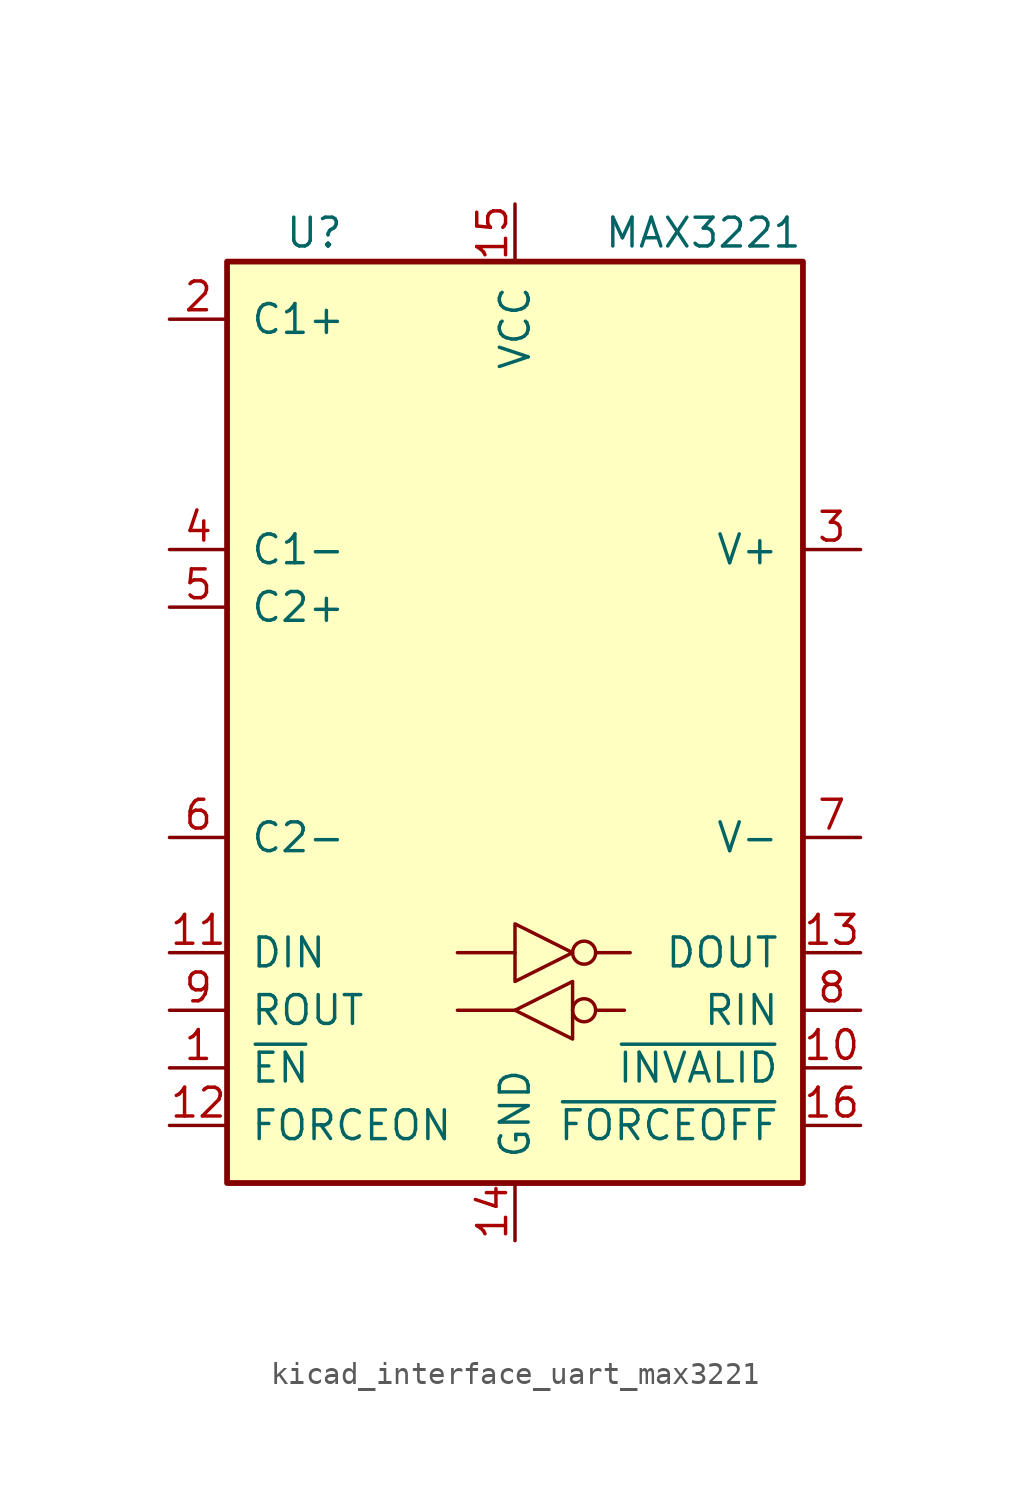
<source format=kicad_sym>
(kicad_symbol_lib
  (version 20220914)
  (generator kicad_symbol_editor)
  (symbol "kicad_interface_uart_max3221"
    (pin_names
      (offset 1.016))
    (property "Reference" "U"
      (at -10.16 21.59 0)
      (effects (font (size 1.27 1.27)) (justify left)))
    (property "Value" "MAX3221"
      (at 12.7 21.59 0)
      (effects (font (size 1.27 1.27)) (justify right)))
    (symbol "kicad_interface_uart_max3221_0_1"
      (rectangle (start -12.7 -20.32) (end 12.7 20.32) (stroke (width 0.254) (type default)) (fill (type background)))
      (polyline (pts (xy -2.54 -12.7) (xy 0 -12.7) (xy 0 -12.7)) (stroke (width 0) (type default)) (fill (type none)))
      (polyline (pts (xy -2.54 -10.16) (xy 0 -10.16) (xy 0 -10.16)) (stroke (width 0) (type default)) (fill (type none)))
      (polyline (pts (xy 3.556 -12.7) (xy 4.826 -12.7) (xy 4.826 -12.7)) (stroke (width 0) (type default)) (fill (type none)))
      (polyline (pts (xy 3.556 -10.16) (xy 5.08 -10.16) (xy 5.08 -10.16)) (stroke (width 0) (type default)) (fill (type none)))
      (polyline (pts (xy 2.54 -11.43) (xy 2.54 -13.97) (xy 0 -12.7) (xy 2.54 -11.43) (xy 2.54 -11.43)) (stroke (width 0) (type default)) (fill (type none)))
      (polyline (pts (xy 0 -11.43) (xy 0 -8.89) (xy 2.54 -10.16) (xy 0 -11.43) (xy 0 -11.43) (xy 0 -11.43)) (stroke (width 0) (type default)) (fill (type none)))
      (circle (center 3.048 -12.7) (radius 0.508) (stroke (width 0) (type default)) (fill (type none)))
      (circle (center 3.048 -10.16) (radius 0.508) (stroke (width 0) (type default)) (fill (type none))))
    (symbol "kicad_interface_uart_max3221_1_1"
      (pin input line (at -15.24 -15.24 0) (length 2.54) (name "~{EN}" (effects (font (size 1.27 1.27)))) (number "1" (effects (font (size 1.27 1.27)))))
      (pin output line (at 15.24 -15.24 180) (length 2.54) (name "~{INVALID}" (effects (font (size 1.27 1.27)))) (number "10" (effects (font (size 1.27 1.27)))))
      (pin input line (at -15.24 -10.16 0) (length 2.54) (name "DIN" (effects (font (size 1.27 1.27)))) (number "11" (effects (font (size 1.27 1.27)))))
      (pin input line (at -15.24 -17.78 0) (length 2.54) (name "FORCEON" (effects (font (size 1.27 1.27)))) (number "12" (effects (font (size 1.27 1.27)))))
      (pin output line (at 15.24 -10.16 180) (length 2.54) (name "DOUT" (effects (font (size 1.27 1.27)))) (number "13" (effects (font (size 1.27 1.27)))))
      (pin power_in line (at 0 -22.86 90) (length 2.54) (name "GND" (effects (font (size 1.27 1.27)))) (number "14" (effects (font (size 1.27 1.27)))))
      (pin power_in line (at 0 22.86 270) (length 2.54) (name "VCC" (effects (font (size 1.27 1.27)))) (number "15" (effects (font (size 1.27 1.27)))))
      (pin input line (at 15.24 -17.78 180) (length 2.54) (name "~{FORCEOFF}" (effects (font (size 1.27 1.27)))) (number "16" (effects (font (size 1.27 1.27)))))
      (pin passive line (at -15.24 17.78 0) (length 2.54) (name "C1+" (effects (font (size 1.27 1.27)))) (number "2" (effects (font (size 1.27 1.27)))))
      (pin power_out line (at 15.24 7.62 180) (length 2.54) (name "V+" (effects (font (size 1.27 1.27)))) (number "3" (effects (font (size 1.27 1.27)))))
      (pin passive line (at -15.24 7.62 0) (length 2.54) (name "C1-" (effects (font (size 1.27 1.27)))) (number "4" (effects (font (size 1.27 1.27)))))
      (pin passive line (at -15.24 5.08 0) (length 2.54) (name "C2+" (effects (font (size 1.27 1.27)))) (number "5" (effects (font (size 1.27 1.27)))))
      (pin passive line (at -15.24 -5.08 0) (length 2.54) (name "C2-" (effects (font (size 1.27 1.27)))) (number "6" (effects (font (size 1.27 1.27)))))
      (pin power_out line (at 15.24 -5.08 180) (length 2.54) (name "V-" (effects (font (size 1.27 1.27)))) (number "7" (effects (font (size 1.27 1.27)))))
      (pin input line (at 15.24 -12.7 180) (length 2.54) (name "RIN" (effects (font (size 1.27 1.27)))) (number "8" (effects (font (size 1.27 1.27)))))
      (pin output line (at -15.24 -12.7 0) (length 2.54) (name "ROUT" (effects (font (size 1.27 1.27)))) (number "9" (effects (font (size 1.27 1.27))))))))
</source>
